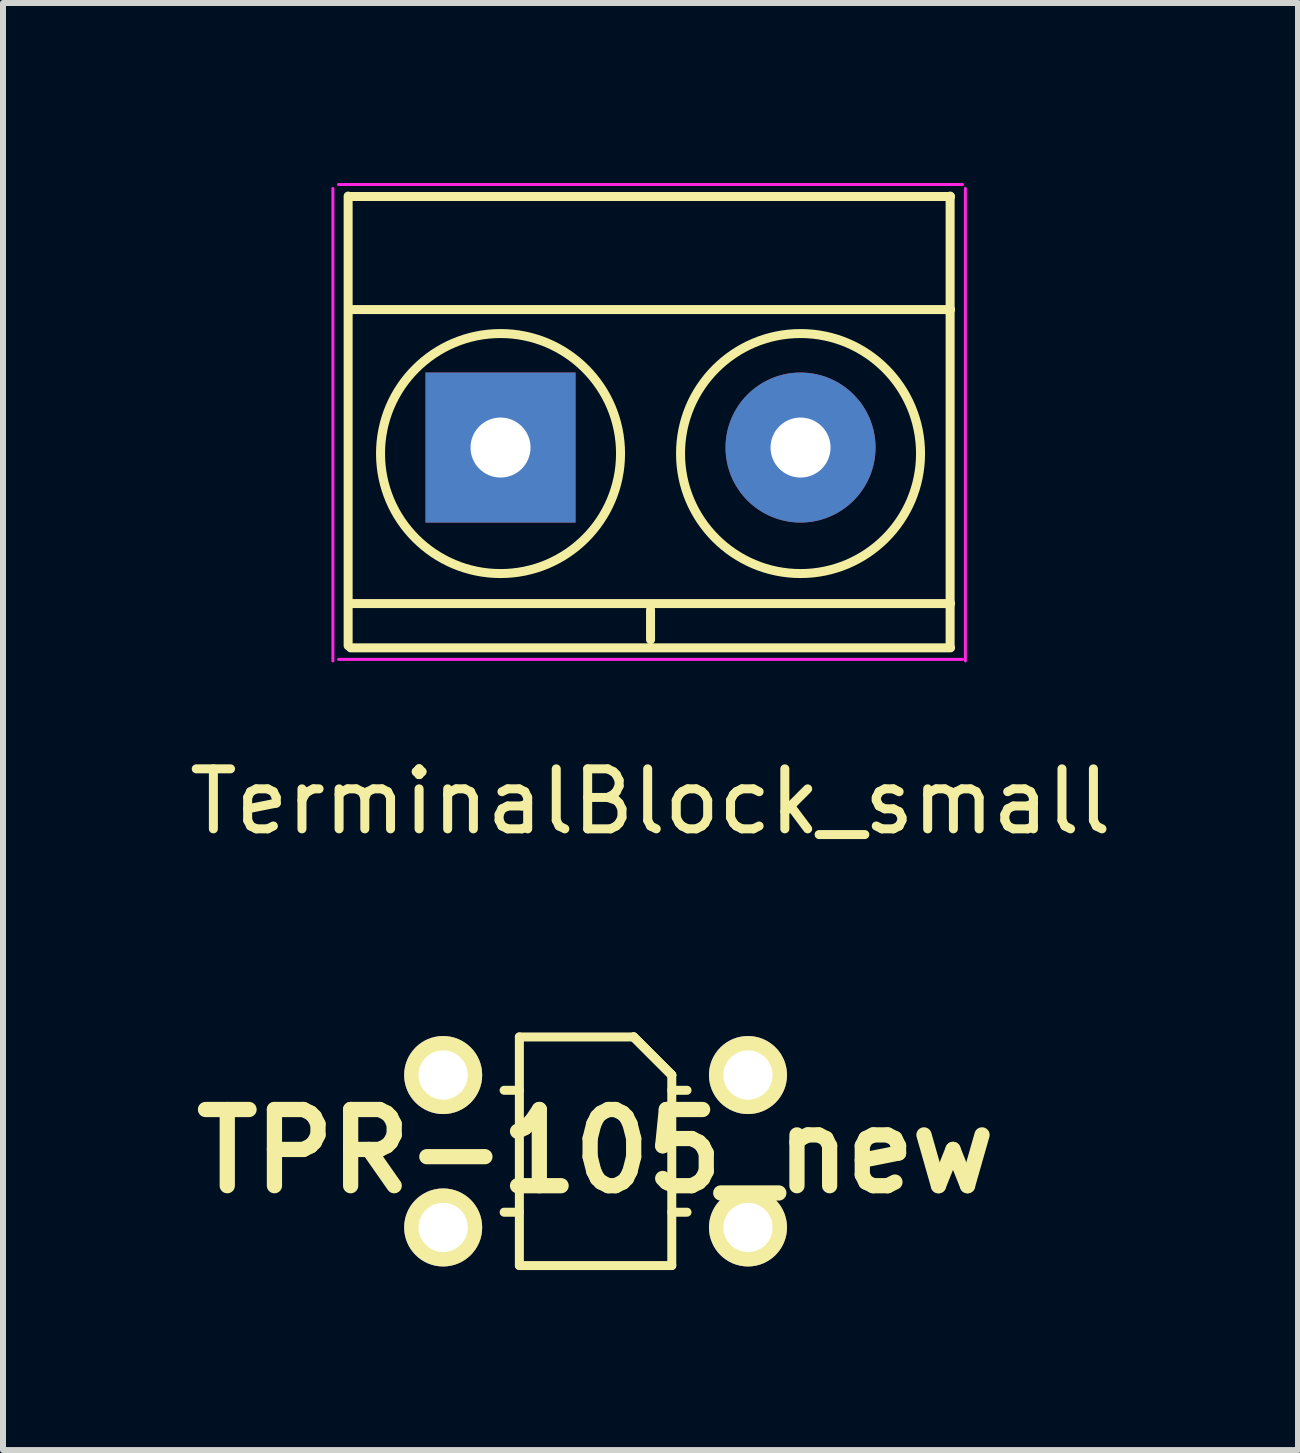
<source format=kicad_pcb>
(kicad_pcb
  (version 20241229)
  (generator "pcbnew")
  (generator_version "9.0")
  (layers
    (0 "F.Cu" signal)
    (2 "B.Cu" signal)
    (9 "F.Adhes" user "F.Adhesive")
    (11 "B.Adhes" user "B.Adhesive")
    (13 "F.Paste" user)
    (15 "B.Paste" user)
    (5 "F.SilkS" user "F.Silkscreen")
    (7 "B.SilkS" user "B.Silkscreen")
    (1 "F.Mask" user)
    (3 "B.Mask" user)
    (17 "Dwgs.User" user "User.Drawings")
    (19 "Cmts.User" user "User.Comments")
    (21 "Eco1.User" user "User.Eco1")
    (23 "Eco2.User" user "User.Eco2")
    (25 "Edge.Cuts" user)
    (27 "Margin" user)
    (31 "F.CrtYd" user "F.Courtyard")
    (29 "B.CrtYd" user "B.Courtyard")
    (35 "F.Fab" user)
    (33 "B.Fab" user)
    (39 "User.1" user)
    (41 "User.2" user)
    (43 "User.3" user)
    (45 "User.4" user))
  (footprint "TerminalBlock_small"
    (layer "F.Cu")
    (at 5.292 4.409)
    (property "Reference" "TerminalBlock_small" (at 2.5 5.9 0) (layer "F.SilkS") (effects (font (size 1 1) (thickness 0.15))))
    (attr through_hole)
    (fp_line (start -2.54 -4.191) (end -2.54 3.302) (stroke (width 0.15) (type solid)) (layer "F.SilkS"))
    (fp_line (start -2.5 -2.3) (end 7.5 -2.3) (stroke (width 0.15) (type solid)) (layer "F.SilkS"))
    (fp_line (start -2.5 2.6) (end 7.5 2.6) (stroke (width 0.15) (type solid)) (layer "F.SilkS"))
    (fp_line (start -2.5 3.338) (end 7.5 3.338) (stroke (width 0.15) (type solid)) (layer "F.SilkS"))
    (fp_line (start 2.5 2.703) (end 2.5 3.203) (stroke (width 0.15) (type solid)) (layer "F.SilkS"))
    (fp_line (start 7.493 -4.191) (end 7.493 3.302) (stroke (width 0.15) (type solid)) (layer "F.SilkS"))
    (fp_line (start 7.5 -4.184) (end -2.5 -4.184) (stroke (width 0.15) (type solid)) (layer "F.SilkS"))
    (fp_circle (center 0 0.1) (end 2 0.1) (stroke (width 0.15) (type solid)) (fill no) (layer "F.SilkS"))
    (fp_circle (center 5 0.1) (end 3 0.1) (stroke (width 0.15) (type solid)) (fill no) (layer "F.SilkS"))
    (fp_line (start -2.794 -4.318) (end -2.794 3.556) (stroke (width 0.05) (type solid)) (layer "F.CrtYd"))
    (fp_line (start -2.7 -4.384) (end 7.7 -4.384) (stroke (width 0.05) (type solid)) (layer "F.CrtYd"))
    (fp_line (start 7.7 3.53) (end -2.7 3.53) (stroke (width 0.05) (type solid)) (layer "F.CrtYd"))
    (fp_line (start 7.747 -4.318) (end 7.747 3.556) (stroke (width 0.05) (type solid)) (layer "F.CrtYd"))
    (pad "1" thru_hole rect (at 0 0) (size 2.5 2.5) (drill 1) (layers "*.Cu" "*.Mask"))
    (pad "2" thru_hole circle (at 5 0) (size 2.5 2.5) (drill 1) (layers "*.Cu" "*.Mask")))
  (footprint "TPR-105_new"
    (layer "F.Cu")
    (at 6.876 16.137)
    (property "Reference" "TPR-105_new" (at 0 0 0) (layer "F.SilkS") (effects (font (size 1.27 1.27) (thickness 0.254))))
    (attr through_hole)
    (fp_line (start -1.27 -1.905) (end -1.27 1.905) (stroke (width 0.15) (type solid)) (layer "F.SilkS"))
    (fp_line (start -1.27 -1.905) (end 0.635 -1.905) (stroke (width 0.15) (type solid)) (layer "F.SilkS"))
    (fp_line (start -1.27 -1.016) (end -1.524 -1.016) (stroke (width 0.15) (type solid)) (layer "F.SilkS"))
    (fp_line (start -1.27 1.016) (end -1.524 1.016) (stroke (width 0.15) (type solid)) (layer "F.SilkS"))
    (fp_line (start -1.27 1.905) (end 1.27 1.905) (stroke (width 0.15) (type solid)) (layer "F.SilkS"))
    (fp_line (start 0.635 -1.905) (end 1.27 -1.27) (stroke (width 0.15) (type solid)) (layer "F.SilkS"))
    (fp_line (start 0.635 -1.905) (end 1.27 -1.27) (stroke (width 0.15) (type solid)) (layer "F.SilkS"))
    (fp_line (start 1.27 -1.27) (end 0.635 -1.905) (stroke (width 0.15) (type solid)) (layer "F.SilkS"))
    (fp_line (start 1.27 -1.27) (end 1.27 1.905) (stroke (width 0.15) (type solid)) (layer "F.SilkS"))
    (fp_line (start 1.524 -1.016) (end 1.27 -1.016) (stroke (width 0.15) (type solid)) (layer "F.SilkS"))
    (fp_line (start 1.524 1.016) (end 1.27 1.016) (stroke (width 0.15) (type solid)) (layer "F.SilkS"))
    (pad "1" thru_hole circle (at 2.54 -1.27 90) (size 1.3 1.3) (drill 0.82) (layers "*.Cu" "*.Mask" "F.SilkS"))
    (pad "2" thru_hole circle (at -2.54 -1.27 90) (size 1.3 1.3) (drill 0.82) (layers "*.Cu" "*.Mask" "F.SilkS"))
    (pad "3" thru_hole circle (at -2.54 1.27 90) (size 1.3 1.3) (drill 0.82) (layers "*.Cu" "*.Mask" "F.SilkS"))
    (pad "4" thru_hole circle (at 2.54 1.27 90) (size 1.3 1.3) (drill 0.82) (layers "*.Cu" "*.Mask" "F.SilkS")))
  (gr_rect
    (start -3 -3)
    (end 18.583 21.117)
    (stroke (width 0.1) (type default))
    (fill no)
    (layer "Edge.Cuts")))
</source>
